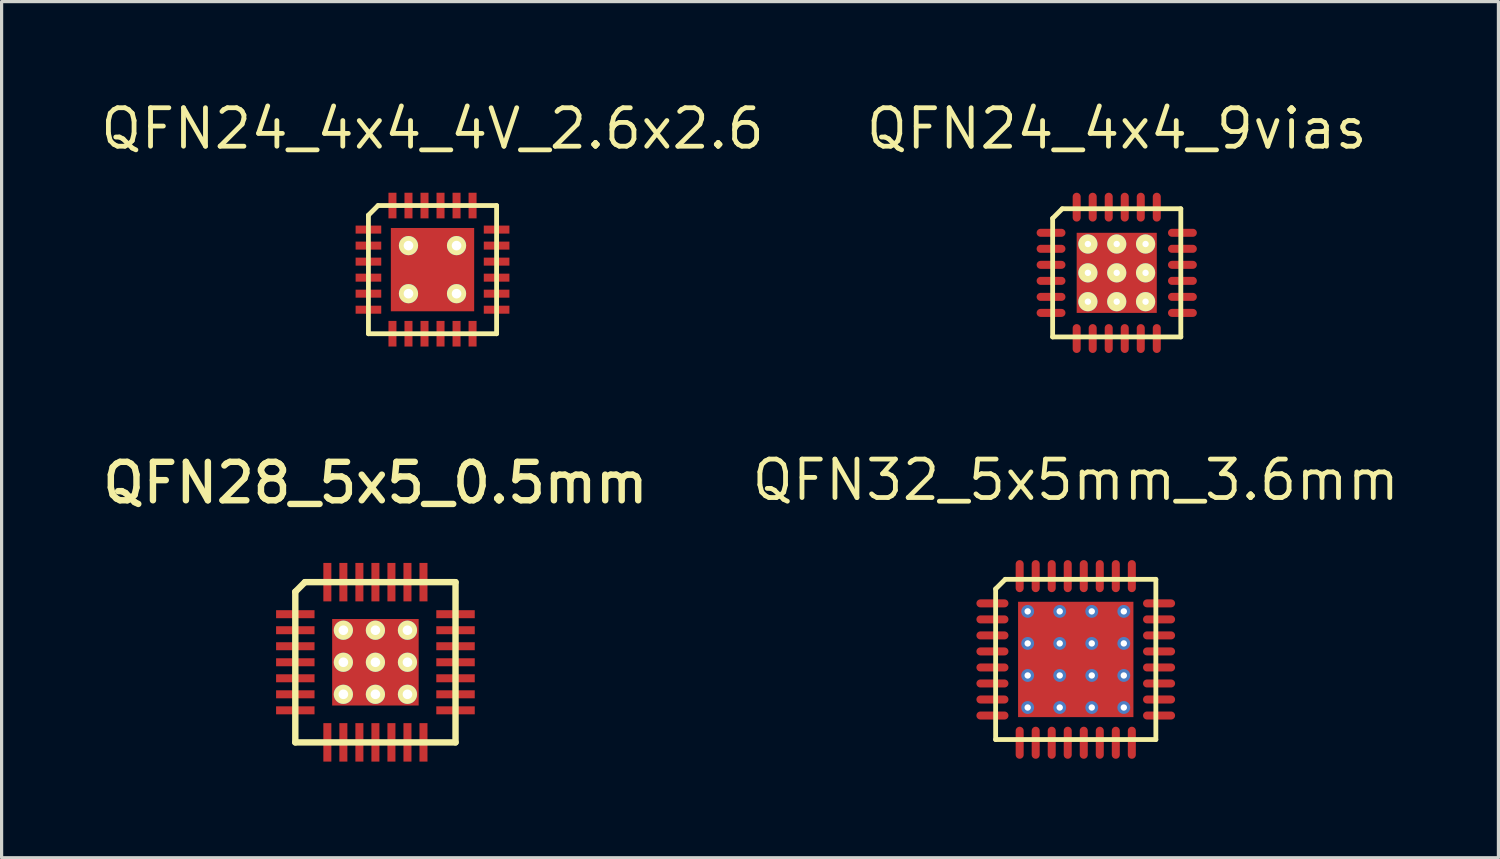
<source format=kicad_pcb>
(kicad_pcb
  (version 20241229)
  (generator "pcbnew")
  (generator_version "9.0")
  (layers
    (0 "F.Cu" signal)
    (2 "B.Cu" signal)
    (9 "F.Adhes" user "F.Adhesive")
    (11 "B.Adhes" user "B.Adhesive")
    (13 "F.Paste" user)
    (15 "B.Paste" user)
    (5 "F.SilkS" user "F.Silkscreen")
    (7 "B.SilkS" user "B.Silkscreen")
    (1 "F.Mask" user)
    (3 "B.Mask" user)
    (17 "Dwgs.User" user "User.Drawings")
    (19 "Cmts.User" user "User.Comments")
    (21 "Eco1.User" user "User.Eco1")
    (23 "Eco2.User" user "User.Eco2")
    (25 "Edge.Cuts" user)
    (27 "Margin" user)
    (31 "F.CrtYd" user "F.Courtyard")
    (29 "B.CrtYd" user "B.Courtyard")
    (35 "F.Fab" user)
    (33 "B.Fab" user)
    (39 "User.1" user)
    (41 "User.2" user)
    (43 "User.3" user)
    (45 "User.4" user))
  (footprint "QFN32_5x5mm_3.6mm"
    (layer "F.Cu")
    (at 30.522 17.53)
    (property "Reference" "QFN32_5x5mm_3.6mm" (at 0 -5.6 0) (layer "F.SilkS") (effects (font (size 1.2 1.2) (thickness 0.15))))
    (attr smd)
    (fp_line (start -2.5 -2.2) (end -2.5 2.5) (stroke (width 0.15) (type solid)) (layer "F.SilkS"))
    (fp_line (start -2.5 2.5) (end 2.5 2.5) (stroke (width 0.15) (type solid)) (layer "F.SilkS"))
    (fp_line (start -2.2 -2.5) (end -2.5 -2.2) (stroke (width 0.15) (type solid)) (layer "F.SilkS"))
    (fp_line (start 2.5 -2.5) (end -2.2 -2.5) (stroke (width 0.15) (type solid)) (layer "F.SilkS"))
    (fp_line (start 2.5 2.5) (end 2.5 -2.5) (stroke (width 0.15) (type solid)) (layer "F.SilkS"))
    (pad "" smd rect (at -1.482 -1.482) (size 0.636 0.636) (layers "F.Paste"))
    (pad "" smd rect (at -1.482 -0.494) (size 0.636 0.636) (layers "F.Paste"))
    (pad "" smd rect (at -1.482 0.494) (size 0.636 0.636) (layers "F.Paste"))
    (pad "" smd rect (at -1.482 1.482) (size 0.636 0.636) (layers "F.Paste"))
    (pad "" smd rect (at -0.494 -1.482) (size 0.636 0.636) (layers "F.Paste"))
    (pad "" smd rect (at -0.494 -0.494) (size 0.636 0.636) (layers "F.Paste"))
    (pad "" smd rect (at -0.494 0.494) (size 0.636 0.636) (layers "F.Paste"))
    (pad "" smd rect (at -0.494 1.482) (size 0.636 0.636) (layers "F.Paste"))
    (pad "" smd rect (at 0.494 -1.482) (size 0.636 0.636) (layers "F.Paste"))
    (pad "" smd rect (at 0.494 -0.494) (size 0.636 0.636) (layers "F.Paste"))
    (pad "" smd rect (at 0.494 0.494) (size 0.636 0.636) (layers "F.Paste"))
    (pad "" smd rect (at 0.494 1.482) (size 0.636 0.636) (layers "F.Paste"))
    (pad "" smd rect (at 1.482 -1.482) (size 0.636 0.636) (layers "F.Paste"))
    (pad "" smd rect (at 1.482 -0.494) (size 0.636 0.636) (layers "F.Paste"))
    (pad "" smd rect (at 1.482 0.494) (size 0.636 0.636) (layers "F.Paste"))
    (pad "" smd rect (at 1.482 1.482) (size 0.636 0.636) (layers "F.Paste"))
    (pad "1" smd oval (at -2.6 -1.75) (size 1 0.25) (layers "F.Cu" "F.Mask" "F.Paste"))
    (pad "2" smd oval (at -2.6 -1.25) (size 1 0.25) (layers "F.Cu" "F.Mask" "F.Paste"))
    (pad "3" smd oval (at -2.6 -0.75) (size 1 0.25) (layers "F.Cu" "F.Mask" "F.Paste"))
    (pad "4" smd oval (at -2.6 -0.25) (size 1 0.25) (layers "F.Cu" "F.Mask" "F.Paste"))
    (pad "5" smd oval (at -2.6 0.25) (size 1 0.25) (layers "F.Cu" "F.Mask" "F.Paste"))
    (pad "6" smd oval (at -2.6 0.75) (size 1 0.25) (layers "F.Cu" "F.Mask" "F.Paste"))
    (pad "7" smd oval (at -2.6 1.25) (size 1 0.25) (layers "F.Cu" "F.Mask" "F.Paste"))
    (pad "8" smd oval (at -2.6 1.75) (size 1 0.25) (layers "F.Cu" "F.Mask" "F.Paste"))
    (pad "9" smd oval (at -1.75 2.6) (size 0.25 1) (layers "F.Cu" "F.Mask" "F.Paste"))
    (pad "10" smd oval (at -1.25 2.6) (size 0.25 1) (layers "F.Cu" "F.Mask" "F.Paste"))
    (pad "11" smd oval (at -0.75 2.6) (size 0.25 1) (layers "F.Cu" "F.Mask" "F.Paste"))
    (pad "12" smd oval (at -0.25 2.6) (size 0.25 1) (layers "F.Cu" "F.Mask" "F.Paste"))
    (pad "13" smd oval (at 0.25 2.6) (size 0.25 1) (layers "F.Cu" "F.Mask" "F.Paste"))
    (pad "14" smd oval (at 0.75 2.6) (size 0.25 1) (layers "F.Cu" "F.Mask" "F.Paste"))
    (pad "15" smd oval (at 1.25 2.6) (size 0.25 1) (layers "F.Cu" "F.Mask" "F.Paste"))
    (pad "16" smd oval (at 1.75 2.6) (size 0.25 1) (layers "F.Cu" "F.Mask" "F.Paste"))
    (pad "17" smd oval (at 2.6 1.75) (size 1 0.25) (layers "F.Cu" "F.Mask" "F.Paste"))
    (pad "18" smd oval (at 2.6 1.25) (size 1 0.25) (layers "F.Cu" "F.Mask" "F.Paste"))
    (pad "19" smd oval (at 2.6 0.75) (size 1 0.25) (layers "F.Cu" "F.Mask" "F.Paste"))
    (pad "20" smd oval (at 2.6 0.25) (size 1 0.25) (layers "F.Cu" "F.Mask" "F.Paste"))
    (pad "21" smd oval (at 2.6 -0.25) (size 1 0.25) (layers "F.Cu" "F.Mask" "F.Paste"))
    (pad "22" smd oval (at 2.6 -0.75) (size 1 0.25) (layers "F.Cu" "F.Mask" "F.Paste"))
    (pad "23" smd oval (at 2.6 -1.25) (size 1 0.25) (layers "F.Cu" "F.Mask" "F.Paste"))
    (pad "24" smd oval (at 2.6 -1.75) (size 1 0.25) (layers "F.Cu" "F.Mask" "F.Paste"))
    (pad "25" smd oval (at 1.75 -2.6) (size 0.25 1) (layers "F.Cu" "F.Mask" "F.Paste"))
    (pad "26" smd oval (at 1.25 -2.6) (size 0.25 1) (layers "F.Cu" "F.Mask" "F.Paste"))
    (pad "27" smd oval (at 0.75 -2.6) (size 0.25 1) (layers "F.Cu" "F.Mask" "F.Paste"))
    (pad "28" smd oval (at 0.25 -2.6) (size 0.25 1) (layers "F.Cu" "F.Mask" "F.Paste"))
    (pad "29" smd oval (at -0.25 -2.6) (size 0.25 1) (layers "F.Cu" "F.Mask" "F.Paste"))
    (pad "30" smd oval (at -0.75 -2.6) (size 0.25 1) (layers "F.Cu" "F.Mask" "F.Paste"))
    (pad "31" smd oval (at -1.25 -2.6) (size 0.25 1) (layers "F.Cu" "F.Mask" "F.Paste"))
    (pad "32" smd oval (at -1.75 -2.6) (size 0.25 1) (layers "F.Cu" "F.Mask" "F.Paste"))
    (pad "33" thru_hole circle (at -1.5 -1.5) (size 0.4 0.4) (drill 0.2) (layers "*.Cu" "*.Mask"))
    (pad "33" thru_hole circle (at -1.5 -0.5) (size 0.4 0.4) (drill 0.2) (layers "*.Cu" "*.Mask"))
    (pad "33" thru_hole circle (at -1.5 0.5) (size 0.4 0.4) (drill 0.2) (layers "*.Cu" "*.Mask"))
    (pad "33" thru_hole circle (at -1.5 1.5) (size 0.4 0.4) (drill 0.2) (layers "*.Cu" "*.Mask"))
    (pad "33" thru_hole circle (at -0.5 -1.5) (size 0.4 0.4) (drill 0.2) (layers "*.Cu" "*.Mask"))
    (pad "33" thru_hole circle (at -0.5 -0.5) (size 0.4 0.4) (drill 0.2) (layers "*.Cu" "*.Mask"))
    (pad "33" thru_hole circle (at -0.5 0.5) (size 0.4 0.4) (drill 0.2) (layers "*.Cu" "*.Mask"))
    (pad "33" thru_hole circle (at -0.5 1.5) (size 0.4 0.4) (drill 0.2) (layers "*.Cu" "*.Mask"))
    (pad "33" smd rect (at 0 0) (size 3.6 3.6) (layers "F.Cu" "F.Mask"))
    (pad "33" thru_hole circle (at 0.5 -1.5) (size 0.4 0.4) (drill 0.2) (layers "*.Cu" "*.Mask"))
    (pad "33" thru_hole circle (at 0.5 -0.5) (size 0.4 0.4) (drill 0.2) (layers "*.Cu" "*.Mask"))
    (pad "33" thru_hole circle (at 0.5 0.5) (size 0.4 0.4) (drill 0.2) (layers "*.Cu" "*.Mask"))
    (pad "33" thru_hole circle (at 0.5 1.5) (size 0.4 0.4) (drill 0.2) (layers "*.Cu" "*.Mask"))
    (pad "33" thru_hole circle (at 1.5 -1.5) (size 0.4 0.4) (drill 0.2) (layers "*.Cu" "*.Mask"))
    (pad "33" thru_hole circle (at 1.5 -0.5) (size 0.4 0.4) (drill 0.2) (layers "*.Cu" "*.Mask"))
    (pad "33" thru_hole circle (at 1.5 0.5) (size 0.4 0.4) (drill 0.2) (layers "*.Cu" "*.Mask"))
    (pad "33" thru_hole circle (at 1.5 1.5) (size 0.4 0.4) (drill 0.2) (layers "*.Cu" "*.Mask")))
  (footprint "QFN28_5x5_0.5mm"
    (layer "F.Cu")
    (at 8.666 17.618)
    (property "Reference" "QFN28_5x5_0.5mm" (at 0 -5.6 0) (layer "F.SilkS") (effects (font (size 1.2 1.2) (thickness 0.2))))
    (attr smd)
    (fp_line (start -2.5 -2.2) (end -2.5 2.5) (stroke (width 0.2) (type solid)) (layer "F.SilkS"))
    (fp_line (start -2.5 2.5) (end 2.5 2.5) (stroke (width 0.2) (type solid)) (layer "F.SilkS"))
    (fp_line (start -2.2 -2.5) (end -2.5 -2.2) (stroke (width 0.2) (type solid)) (layer "F.SilkS"))
    (fp_line (start 2.5 -2.5) (end -2.2 -2.5) (stroke (width 0.2) (type solid)) (layer "F.SilkS"))
    (fp_line (start 2.5 2.5) (end 2.5 -2.5) (stroke (width 0.2) (type solid)) (layer "F.SilkS"))
    (pad "1" smd rect (at -2.5 -1.5) (size 1.2 0.25) (layers "F.Cu" "F.Mask" "F.Paste"))
    (pad "2" smd rect (at -2.5 -1) (size 1.2 0.25) (layers "F.Cu" "F.Mask" "F.Paste"))
    (pad "3" smd rect (at -2.5 -0.5) (size 1.2 0.25) (layers "F.Cu" "F.Mask" "F.Paste"))
    (pad "4" smd rect (at -2.5 0) (size 1.2 0.25) (layers "F.Cu" "F.Mask" "F.Paste"))
    (pad "5" smd rect (at -2.5 0.5) (size 1.2 0.25) (layers "F.Cu" "F.Mask" "F.Paste"))
    (pad "6" smd rect (at -2.5 1) (size 1.2 0.25) (layers "F.Cu" "F.Mask" "F.Paste"))
    (pad "7" smd rect (at -2.5 1.5) (size 1.2 0.25) (layers "F.Cu" "F.Mask" "F.Paste"))
    (pad "8" smd rect (at -1.5 2.5) (size 0.25 1.2) (layers "F.Cu" "F.Mask" "F.Paste"))
    (pad "9" smd rect (at -1 2.5) (size 0.25 1.2) (layers "F.Cu" "F.Mask" "F.Paste"))
    (pad "10" smd rect (at -0.5 2.5) (size 0.25 1.2) (layers "F.Cu" "F.Mask" "F.Paste"))
    (pad "11" smd rect (at 0 2.5) (size 0.25 1.2) (layers "F.Cu" "F.Mask" "F.Paste"))
    (pad "12" smd rect (at 0.5 2.5) (size 0.25 1.2) (layers "F.Cu" "F.Mask" "F.Paste"))
    (pad "13" smd rect (at 1 2.5) (size 0.25 1.2) (layers "F.Cu" "F.Mask" "F.Paste"))
    (pad "14" smd rect (at 1.5 2.5) (size 0.25 1.2) (layers "F.Cu" "F.Mask" "F.Paste"))
    (pad "15" smd rect (at 2.5 1.5) (size 1.2 0.25) (layers "F.Cu" "F.Mask" "F.Paste"))
    (pad "16" smd rect (at 2.5 1) (size 1.2 0.25) (layers "F.Cu" "F.Mask" "F.Paste"))
    (pad "17" smd rect (at 2.5 0.5) (size 1.2 0.25) (layers "F.Cu" "F.Mask" "F.Paste"))
    (pad "18" smd rect (at 2.5 0) (size 1.2 0.25) (layers "F.Cu" "F.Mask" "F.Paste"))
    (pad "19" smd rect (at 2.5 -0.5) (size 1.2 0.25) (layers "F.Cu" "F.Mask" "F.Paste"))
    (pad "20" smd rect (at 2.5 -1) (size 1.2 0.25) (layers "F.Cu" "F.Mask" "F.Paste"))
    (pad "21" smd rect (at 2.5 -1.5) (size 1.2 0.25) (layers "F.Cu" "F.Mask" "F.Paste"))
    (pad "22" smd rect (at 1.5 -2.5) (size 0.25 1.2) (layers "F.Cu" "F.Mask" "F.Paste"))
    (pad "23" smd rect (at 1 -2.5) (size 0.25 1.2) (layers "F.Cu" "F.Mask" "F.Paste"))
    (pad "24" smd rect (at 0.5 -2.5) (size 0.25 1.2) (layers "F.Cu" "F.Mask" "F.Paste"))
    (pad "25" smd rect (at 0 -2.5) (size 0.25 1.2) (layers "F.Cu" "F.Mask" "F.Paste"))
    (pad "26" smd rect (at -0.5 -2.5) (size 0.25 1.2) (layers "F.Cu" "F.Mask" "F.Paste"))
    (pad "27" smd rect (at -1 -2.5) (size 0.25 1.2) (layers "F.Cu" "F.Mask" "F.Paste"))
    (pad "28" smd rect (at -1.5 -2.5) (size 0.25 1.2) (layers "F.Cu" "F.Mask" "F.Paste"))
    (pad "29" thru_hole circle (at -1 -1) (size 0.6 0.6) (drill 0.3) (layers "*.Cu" "*.Mask" "F.SilkS"))
    (pad "29" thru_hole circle (at -1 0) (size 0.6 0.6) (drill 0.3) (layers "*.Cu" "*.Mask" "F.SilkS"))
    (pad "29" thru_hole circle (at -1 1) (size 0.6 0.6) (drill 0.3) (layers "*.Cu" "*.Mask" "F.SilkS"))
    (pad "29" thru_hole circle (at 0 -1) (size 0.6 0.6) (drill 0.3) (layers "*.Cu" "*.Mask" "F.SilkS"))
    (pad "29" thru_hole circle (at 0 0) (size 0.6 0.6) (drill 0.3) (layers "*.Cu" "*.Mask" "F.SilkS"))
    (pad "29" smd rect (at 0 0) (size 2.7 2.7) (layers "F.Cu" "F.Mask"))
    (pad "29" thru_hole circle (at 0 1) (size 0.6 0.6) (drill 0.3) (layers "*.Cu" "*.Mask" "F.SilkS"))
    (pad "29" thru_hole circle (at 1 -1) (size 0.6 0.6) (drill 0.3) (layers "*.Cu" "*.Mask" "F.SilkS"))
    (pad "29" thru_hole circle (at 1 0) (size 0.6 0.6) (drill 0.3) (layers "*.Cu" "*.Mask" "F.SilkS"))
    (pad "29" thru_hole circle (at 1 1) (size 0.6 0.6) (drill 0.3) (layers "*.Cu" "*.Mask" "F.SilkS")))
  (footprint "QFN24_4x4_9vias"
    (layer "F.Cu")
    (at 31.801 5.465)
    (property "Reference" "QFN24_4x4_9vias" (at 0 -4.5 0) (layer "F.SilkS") (effects (font (size 1.2 1.2) (thickness 0.15))))
    (attr smd)
    (fp_line (start -2 -1.7) (end -2 2) (stroke (width 0.15) (type solid)) (layer "F.SilkS"))
    (fp_line (start -2 2) (end 2 2) (stroke (width 0.15) (type solid)) (layer "F.SilkS"))
    (fp_line (start -1.7 -2) (end -2 -1.7) (stroke (width 0.15) (type solid)) (layer "F.SilkS"))
    (fp_line (start 2 -2) (end -1.7 -2) (stroke (width 0.15) (type solid)) (layer "F.SilkS"))
    (fp_line (start 2 2) (end 2 -2) (stroke (width 0.15) (type solid)) (layer "F.SilkS"))
    (pad "" smd rect (at -1.029 -1.029) (size 0.442 0.442) (layers "F.Paste"))
    (pad "" smd rect (at -1.029 -0.343) (size 0.442 0.442) (layers "F.Paste"))
    (pad "" smd rect (at -1.029 0.343) (size 0.442 0.442) (layers "F.Paste"))
    (pad "" smd rect (at -1.029 1.029) (size 0.442 0.442) (layers "F.Paste"))
    (pad "" smd rect (at -0.343 -1.029) (size 0.442 0.442) (layers "F.Paste"))
    (pad "" smd rect (at -0.343 -0.343) (size 0.442 0.442) (layers "F.Paste"))
    (pad "" smd rect (at -0.343 0.343) (size 0.442 0.442) (layers "F.Paste"))
    (pad "" smd rect (at -0.343 1.029) (size 0.442 0.442) (layers "F.Paste"))
    (pad "" smd rect (at 0.343 -1.029) (size 0.442 0.442) (layers "F.Paste"))
    (pad "" smd rect (at 0.343 -0.343) (size 0.442 0.442) (layers "F.Paste"))
    (pad "" smd rect (at 0.343 0.343) (size 0.442 0.442) (layers "F.Paste"))
    (pad "" smd rect (at 0.343 1.029) (size 0.442 0.442) (layers "F.Paste"))
    (pad "" smd rect (at 1.029 -1.029) (size 0.442 0.442) (layers "F.Paste"))
    (pad "" smd rect (at 1.029 -0.343) (size 0.442 0.442) (layers "F.Paste"))
    (pad "" smd rect (at 1.029 0.343) (size 0.442 0.442) (layers "F.Paste"))
    (pad "" smd rect (at 1.029 1.029) (size 0.442 0.442) (layers "F.Paste"))
    (pad "1" smd oval (at -2.05 -1.25) (size 0.9 0.25) (layers "F.Cu" "F.Mask" "F.Paste"))
    (pad "2" smd oval (at -2.05 -0.75) (size 0.9 0.25) (layers "F.Cu" "F.Mask" "F.Paste"))
    (pad "3" smd oval (at -2.05 -0.25) (size 0.9 0.25) (layers "F.Cu" "F.Mask" "F.Paste"))
    (pad "4" smd oval (at -2.05 0.25) (size 0.9 0.25) (layers "F.Cu" "F.Mask" "F.Paste"))
    (pad "5" smd oval (at -2.05 0.75) (size 0.9 0.25) (layers "F.Cu" "F.Mask" "F.Paste"))
    (pad "6" smd oval (at -2.05 1.25) (size 0.9 0.25) (layers "F.Cu" "F.Mask" "F.Paste"))
    (pad "7" smd oval (at -1.25 2.05) (size 0.25 0.9) (layers "F.Cu" "F.Mask" "F.Paste"))
    (pad "8" smd oval (at -0.75 2.05) (size 0.25 0.9) (layers "F.Cu" "F.Mask" "F.Paste"))
    (pad "9" smd oval (at -0.25 2.05) (size 0.25 0.9) (layers "F.Cu" "F.Mask" "F.Paste"))
    (pad "10" smd oval (at 0.25 2.05) (size 0.25 0.9) (layers "F.Cu" "F.Mask" "F.Paste"))
    (pad "11" smd oval (at 0.75 2.05) (size 0.25 0.9) (layers "F.Cu" "F.Mask" "F.Paste"))
    (pad "12" smd oval (at 1.25 2.05) (size 0.25 0.9) (layers "F.Cu" "F.Mask" "F.Paste"))
    (pad "13" smd oval (at 2.05 1.25) (size 0.9 0.25) (layers "F.Cu" "F.Mask" "F.Paste"))
    (pad "14" smd oval (at 2.05 0.75) (size 0.9 0.25) (layers "F.Cu" "F.Mask" "F.Paste"))
    (pad "15" smd oval (at 2.05 0.25) (size 0.9 0.25) (layers "F.Cu" "F.Mask" "F.Paste"))
    (pad "16" smd oval (at 2.05 -0.25) (size 0.9 0.25) (layers "F.Cu" "F.Mask" "F.Paste"))
    (pad "17" smd oval (at 2.05 -0.75) (size 0.9 0.25) (layers "F.Cu" "F.Mask" "F.Paste"))
    (pad "18" smd oval (at 2.05 -1.25) (size 0.9 0.25) (layers "F.Cu" "F.Mask" "F.Paste"))
    (pad "19" smd oval (at 1.25 -2.05) (size 0.25 0.9) (layers "F.Cu" "F.Mask" "F.Paste"))
    (pad "20" smd oval (at 0.75 -2.05) (size 0.25 0.9) (layers "F.Cu" "F.Mask" "F.Paste"))
    (pad "21" smd oval (at 0.25 -2.05) (size 0.25 0.9) (layers "F.Cu" "F.Mask" "F.Paste"))
    (pad "22" smd oval (at -0.25 -2.05) (size 0.25 0.9) (layers "F.Cu" "F.Mask" "F.Paste"))
    (pad "23" smd oval (at -0.75 -2.05) (size 0.25 0.9) (layers "F.Cu" "F.Mask" "F.Paste"))
    (pad "24" smd oval (at -1.25 -2.05) (size 0.25 0.9) (layers "F.Cu" "F.Mask" "F.Paste"))
    (pad "25" thru_hole circle (at -0.9 -0.9) (size 0.6 0.6) (drill 0.2) (layers "*.Cu" "*.Mask" "F.SilkS"))
    (pad "25" thru_hole circle (at -0.9 0) (size 0.6 0.6) (drill 0.2) (layers "*.Cu" "*.Mask" "F.SilkS"))
    (pad "25" thru_hole circle (at -0.9 0.9) (size 0.6 0.6) (drill 0.2) (layers "*.Cu" "*.Mask" "F.SilkS"))
    (pad "25" thru_hole circle (at 0 -0.9) (size 0.6 0.6) (drill 0.2) (layers "*.Cu" "*.Mask" "F.SilkS"))
    (pad "25" thru_hole circle (at 0 0) (size 0.6 0.6) (drill 0.2) (layers "*.Cu" "*.Mask" "F.SilkS"))
    (pad "25" smd rect (at 0 0) (size 2.5 2.5) (layers "F.Cu" "F.Mask"))
    (pad "25" thru_hole circle (at 0 0.9) (size 0.6 0.6) (drill 0.2) (layers "*.Cu" "*.Mask" "F.SilkS"))
    (pad "25" thru_hole circle (at 0.9 -0.9) (size 0.6 0.6) (drill 0.2) (layers "*.Cu" "*.Mask" "F.SilkS"))
    (pad "25" thru_hole circle (at 0.9 0) (size 0.6 0.6) (drill 0.2) (layers "*.Cu" "*.Mask" "F.SilkS"))
    (pad "25" thru_hole circle (at 0.9 0.9) (size 0.6 0.6) (drill 0.2) (layers "*.Cu" "*.Mask" "F.SilkS")))
  (footprint "QFN24_4x4_4V_2.6x2.6"
    (layer "F.Cu")
    (at 10.448 5.365)
    (property "Reference" "QFN24_4x4_4V_2.6x2.6" (at 0 -4.4 0) (layer "F.SilkS") (effects (font (size 1.2 1.2) (thickness 0.15))))
    (attr smd)
    (fp_line (start -2 -1.7) (end -2 2) (stroke (width 0.15) (type solid)) (layer "F.SilkS"))
    (fp_line (start -2 2) (end 2 2) (stroke (width 0.15) (type solid)) (layer "F.SilkS"))
    (fp_line (start -1.7 -2) (end -2 -1.7) (stroke (width 0.15) (type solid)) (layer "F.SilkS"))
    (fp_line (start 2 -2) (end -1.7 -2) (stroke (width 0.15) (type solid)) (layer "F.SilkS"))
    (fp_line (start 2 2) (end 2 -2) (stroke (width 0.15) (type solid)) (layer "F.SilkS"))
    (pad "" smd rect (at -1.07 -1.07) (size 0.46 0.46) (layers "F.Paste"))
    (pad "" smd rect (at -1.07 -0.357) (size 0.46 0.46) (layers "F.Paste"))
    (pad "" smd rect (at -1.07 0.357) (size 0.46 0.46) (layers "F.Paste"))
    (pad "" smd rect (at -1.07 1.07) (size 0.46 0.46) (layers "F.Paste"))
    (pad "" smd rect (at -0.357 -1.07) (size 0.46 0.46) (layers "F.Paste"))
    (pad "" smd rect (at -0.357 -0.357) (size 0.46 0.46) (layers "F.Paste"))
    (pad "" smd rect (at -0.357 0.357) (size 0.46 0.46) (layers "F.Paste"))
    (pad "" smd rect (at -0.357 1.07) (size 0.46 0.46) (layers "F.Paste"))
    (pad "" smd rect (at 0.357 -1.07) (size 0.46 0.46) (layers "F.Paste"))
    (pad "" smd rect (at 0.357 -0.357) (size 0.46 0.46) (layers "F.Paste"))
    (pad "" smd rect (at 0.357 0.357) (size 0.46 0.46) (layers "F.Paste"))
    (pad "" smd rect (at 0.357 1.07) (size 0.46 0.46) (layers "F.Paste"))
    (pad "" smd rect (at 1.07 -1.07) (size 0.46 0.46) (layers "F.Paste"))
    (pad "" smd rect (at 1.07 -0.357) (size 0.46 0.46) (layers "F.Paste"))
    (pad "" smd rect (at 1.07 0.357) (size 0.46 0.46) (layers "F.Paste"))
    (pad "" smd rect (at 1.07 1.07) (size 0.46 0.46) (layers "F.Paste"))
    (pad "1" smd rect (at -2 -1.25) (size 0.8 0.25) (layers "F.Cu" "F.Mask" "F.Paste"))
    (pad "2" smd rect (at -2 -0.75) (size 0.8 0.25) (layers "F.Cu" "F.Mask" "F.Paste"))
    (pad "3" smd rect (at -2 -0.25) (size 0.8 0.25) (layers "F.Cu" "F.Mask" "F.Paste"))
    (pad "4" smd rect (at -2 0.25) (size 0.8 0.25) (layers "F.Cu" "F.Mask" "F.Paste"))
    (pad "5" smd rect (at -2 0.75) (size 0.8 0.25) (layers "F.Cu" "F.Mask" "F.Paste"))
    (pad "6" smd rect (at -2 1.25) (size 0.8 0.25) (layers "F.Cu" "F.Mask" "F.Paste"))
    (pad "7" smd rect (at -1.25 2) (size 0.25 0.8) (layers "F.Cu" "F.Mask" "F.Paste"))
    (pad "8" smd rect (at -0.75 2) (size 0.25 0.8) (layers "F.Cu" "F.Mask" "F.Paste"))
    (pad "9" smd rect (at -0.25 2) (size 0.25 0.8) (layers "F.Cu" "F.Mask" "F.Paste"))
    (pad "10" smd rect (at 0.25 2) (size 0.25 0.8) (layers "F.Cu" "F.Mask" "F.Paste"))
    (pad "11" smd rect (at 0.75 2) (size 0.25 0.8) (layers "F.Cu" "F.Mask" "F.Paste"))
    (pad "12" smd rect (at 1.25 2) (size 0.25 0.8) (layers "F.Cu" "F.Mask" "F.Paste"))
    (pad "13" smd rect (at 2 1.25) (size 0.8 0.25) (layers "F.Cu" "F.Mask" "F.Paste"))
    (pad "14" smd rect (at 2 0.75) (size 0.8 0.25) (layers "F.Cu" "F.Mask" "F.Paste"))
    (pad "15" smd rect (at 2 0.25) (size 0.8 0.25) (layers "F.Cu" "F.Mask" "F.Paste"))
    (pad "16" smd rect (at 2 -0.25) (size 0.8 0.25) (layers "F.Cu" "F.Mask" "F.Paste"))
    (pad "17" smd rect (at 2 -0.75) (size 0.8 0.25) (layers "F.Cu" "F.Mask" "F.Paste"))
    (pad "18" smd rect (at 2 -1.25) (size 0.8 0.25) (layers "F.Cu" "F.Mask" "F.Paste"))
    (pad "19" smd rect (at 1.25 -2) (size 0.25 0.8) (layers "F.Cu" "F.Mask" "F.Paste"))
    (pad "20" smd rect (at 0.75 -2) (size 0.25 0.8) (layers "F.Cu" "F.Mask" "F.Paste"))
    (pad "21" smd rect (at 0.25 -2) (size 0.25 0.8) (layers "F.Cu" "F.Mask" "F.Paste"))
    (pad "22" smd rect (at -0.25 -2) (size 0.25 0.8) (layers "F.Cu" "F.Mask" "F.Paste"))
    (pad "23" smd rect (at -0.75 -2) (size 0.25 0.8) (layers "F.Cu" "F.Mask" "F.Paste"))
    (pad "24" smd rect (at -1.25 -2) (size 0.25 0.8) (layers "F.Cu" "F.Mask" "F.Paste"))
    (pad "25" thru_hole circle (at -0.75 -0.75) (size 0.6 0.6) (drill 0.3) (layers "*.Cu" "*.Mask" "F.SilkS"))
    (pad "25" thru_hole circle (at -0.75 0.75) (size 0.6 0.6) (drill 0.3) (layers "*.Cu" "*.Mask" "F.SilkS"))
    (pad "25" smd rect (at 0 0) (size 2.6 2.6) (layers "F.Cu" "F.Mask"))
    (pad "25" thru_hole circle (at 0.75 -0.75) (size 0.6 0.6) (drill 0.3) (layers "*.Cu" "*.Mask" "F.SilkS"))
    (pad "25" thru_hole circle (at 0.75 0.75) (size 0.6 0.6) (drill 0.3) (layers "*.Cu" "*.Mask" "F.SilkS")))
  (gr_rect
    (start -3 -3)
    (end 43.713 23.718)
    (stroke (width 0.1) (type default))
    (fill no)
    (layer "Edge.Cuts")))
</source>
